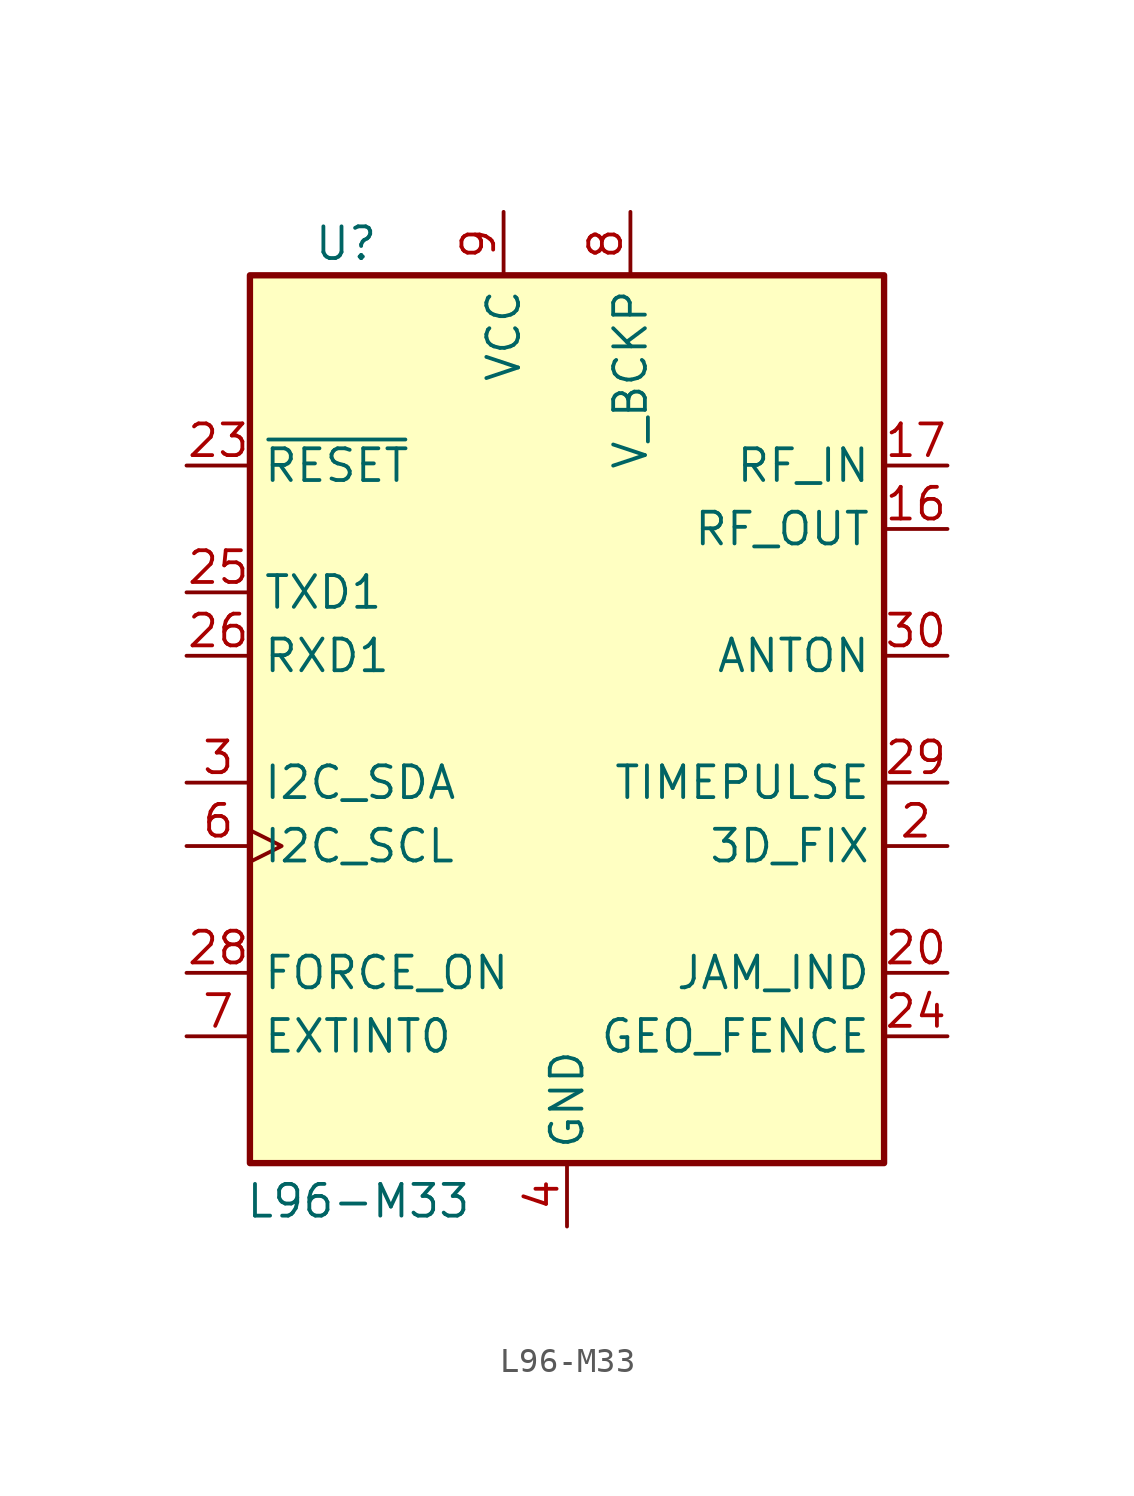
<source format=kicad_sym>
(kicad_symbol_lib
  (version 20241209)
  (generator "kicad_symbol_editor")
  (generator_version "9.0")
  (symbol "L96-M33"
    (property "Reference" "U"
      (at -10.16 19.05 0)
      (effects (font (size 1.27 1.27)) (justify left)))
    (property "Value" "L96-M33"
      (at -3.81 -19.304 0)
      (effects (font (size 1.27 1.27)) (justify right)))
    (symbol "L96-M33_0_1"
      (rectangle (start -12.7 17.78) (end 12.7 -17.78) (stroke (width 0.254) (type default)) (fill (type background))))
    (symbol "L96-M33_1_0"
      (pin bidirectional line (at -15.24 -2.54 0) (length 2.54) (name "I2C_SDA" (effects (font (size 1.27 1.27)))) (number "3" (effects (font (size 1.27 1.27)))))
      (pin input line (at -15.24 -10.16 0) (length 2.54) (name "FORCE_ON" (effects (font (size 1.27 1.27)))) (number "28" (effects (font (size 1.27 1.27)))))
      (pin power_in line (at 0 -20.32 90) (length 2.54) (hide yes) (name "GND" (effects (font (size 1.27 1.27)))) (number "10" (effects (font (size 1.27 1.27)))))
      (pin power_in line (at 0 -20.32 90) (length 2.54) (hide yes) (name "GND" (effects (font (size 1.27 1.27)))) (number "11" (effects (font (size 1.27 1.27)))))
      (pin power_in line (at 0 -20.32 90) (length 2.54) (hide yes) (name "GND" (effects (font (size 1.27 1.27)))) (number "12" (effects (font (size 1.27 1.27)))))
      (pin power_in line (at 0 -20.32 90) (length 2.54) (hide yes) (name "GND" (effects (font (size 1.27 1.27)))) (number "13" (effects (font (size 1.27 1.27)))))
      (pin power_in line (at 0 -20.32 90) (length 2.54) (hide yes) (name "GND" (effects (font (size 1.27 1.27)))) (number "14" (effects (font (size 1.27 1.27)))))
      (pin power_in line (at 0 -20.32 90) (length 2.54) (hide yes) (name "GND" (effects (font (size 1.27 1.27)))) (number "15" (effects (font (size 1.27 1.27)))))
      (pin power_in line (at 0 -20.32 90) (length 2.54) (hide yes) (name "GND" (effects (font (size 1.27 1.27)))) (number "19" (effects (font (size 1.27 1.27)))))
      (pin output line (at 15.24 -5.08 180) (length 2.54) (name "3D_FIX" (effects (font (size 1.27 1.27)))) (number "2" (effects (font (size 1.27 1.27)))))
      (pin output line (at 15.24 -10.16 180) (length 2.54) (name "JAM_IND" (effects (font (size 1.27 1.27)))) (number "20" (effects (font (size 1.27 1.27)))))
      (pin output line (at 15.24 -12.7 180) (length 2.54) (name "GEO_FENCE" (effects (font (size 1.27 1.27)))) (number "24" (effects (font (size 1.27 1.27))))))
    (symbol "L96-M33_1_1"
      (pin no_connect line (at -15.24 15.24 0) (length 2.54) (hide yes) (name "NC" (effects (font (size 1.27 1.27)))) (number "1" (effects (font (size 1.27 1.27)))))
      (pin input line (at -15.24 10.16 0) (length 2.54) (name "~{RESET}" (effects (font (size 1.27 1.27)))) (number "23" (effects (font (size 1.27 1.27)))))
      (pin output line (at -15.24 5.08 0) (length 2.54) (name "TXD1" (effects (font (size 1.27 1.27)))) (number "25" (effects (font (size 1.27 1.27)))))
      (pin input line (at -15.24 2.54 0) (length 2.54) (name "RXD1" (effects (font (size 1.27 1.27)))) (number "26" (effects (font (size 1.27 1.27)))))
      (pin bidirectional clock (at -15.24 -5.08 0) (length 2.54) (name "I2C_SCL" (effects (font (size 1.27 1.27)))) (number "6" (effects (font (size 1.27 1.27)))))
      (pin input line (at -15.24 -12.7 0) (length 2.54) (name "EXTINT0" (effects (font (size 1.27 1.27)))) (number "7" (effects (font (size 1.27 1.27)))))
      (pin power_in line (at -2.54 20.32 270) (length 2.54) (name "VCC" (effects (font (size 1.27 1.27)))) (number "9" (effects (font (size 1.27 1.27)))))
      (pin power_in line (at 0 -20.32 90) (length 2.54) (hide yes) (name "GND" (effects (font (size 1.27 1.27)))) (number "18" (effects (font (size 1.27 1.27)))))
      (pin power_in line (at 0 -20.32 90) (length 2.54) (hide yes) (name "GND" (effects (font (size 1.27 1.27)))) (number "21" (effects (font (size 1.27 1.27)))))
      (pin power_in line (at 0 -20.32 90) (length 2.54) (hide yes) (name "GND" (effects (font (size 1.27 1.27)))) (number "22" (effects (font (size 1.27 1.27)))))
      (pin power_in line (at 0 -20.32 90) (length 2.54) (hide yes) (name "GND" (effects (font (size 1.27 1.27)))) (number "27" (effects (font (size 1.27 1.27)))))
      (pin power_in line (at 0 -20.32 90) (length 2.54) (hide yes) (name "GND" (effects (font (size 1.27 1.27)))) (number "31" (effects (font (size 1.27 1.27)))))
      (pin power_in line (at 0 -20.32 90) (length 2.54) (name "GND" (effects (font (size 1.27 1.27)))) (number "4" (effects (font (size 1.27 1.27)))))
      (pin power_in line (at 0 -20.32 90) (length 2.54) (hide yes) (name "GND" (effects (font (size 1.27 1.27)))) (number "5" (effects (font (size 1.27 1.27)))))
      (pin power_in line (at 2.54 20.32 270) (length 2.54) (name "V_BCKP" (effects (font (size 1.27 1.27)))) (number "8" (effects (font (size 1.27 1.27)))))
      (pin input line (at 15.24 10.16 180) (length 2.54) (name "RF_IN" (effects (font (size 1.27 1.27)))) (number "17" (effects (font (size 1.27 1.27)))))
      (pin output line (at 15.24 7.62 180) (length 2.54) (name "RF_OUT" (effects (font (size 1.27 1.27)))) (number "16" (effects (font (size 1.27 1.27)))))
      (pin power_out line (at 15.24 2.54 180) (length 2.54) (name "ANTON" (effects (font (size 1.27 1.27)))) (number "30" (effects (font (size 1.27 1.27)))))
      (pin output line (at 15.24 -2.54 180) (length 2.54) (name "TIMEPULSE" (effects (font (size 1.27 1.27)))) (number "29" (effects (font (size 1.27 1.27))))))))
</source>
